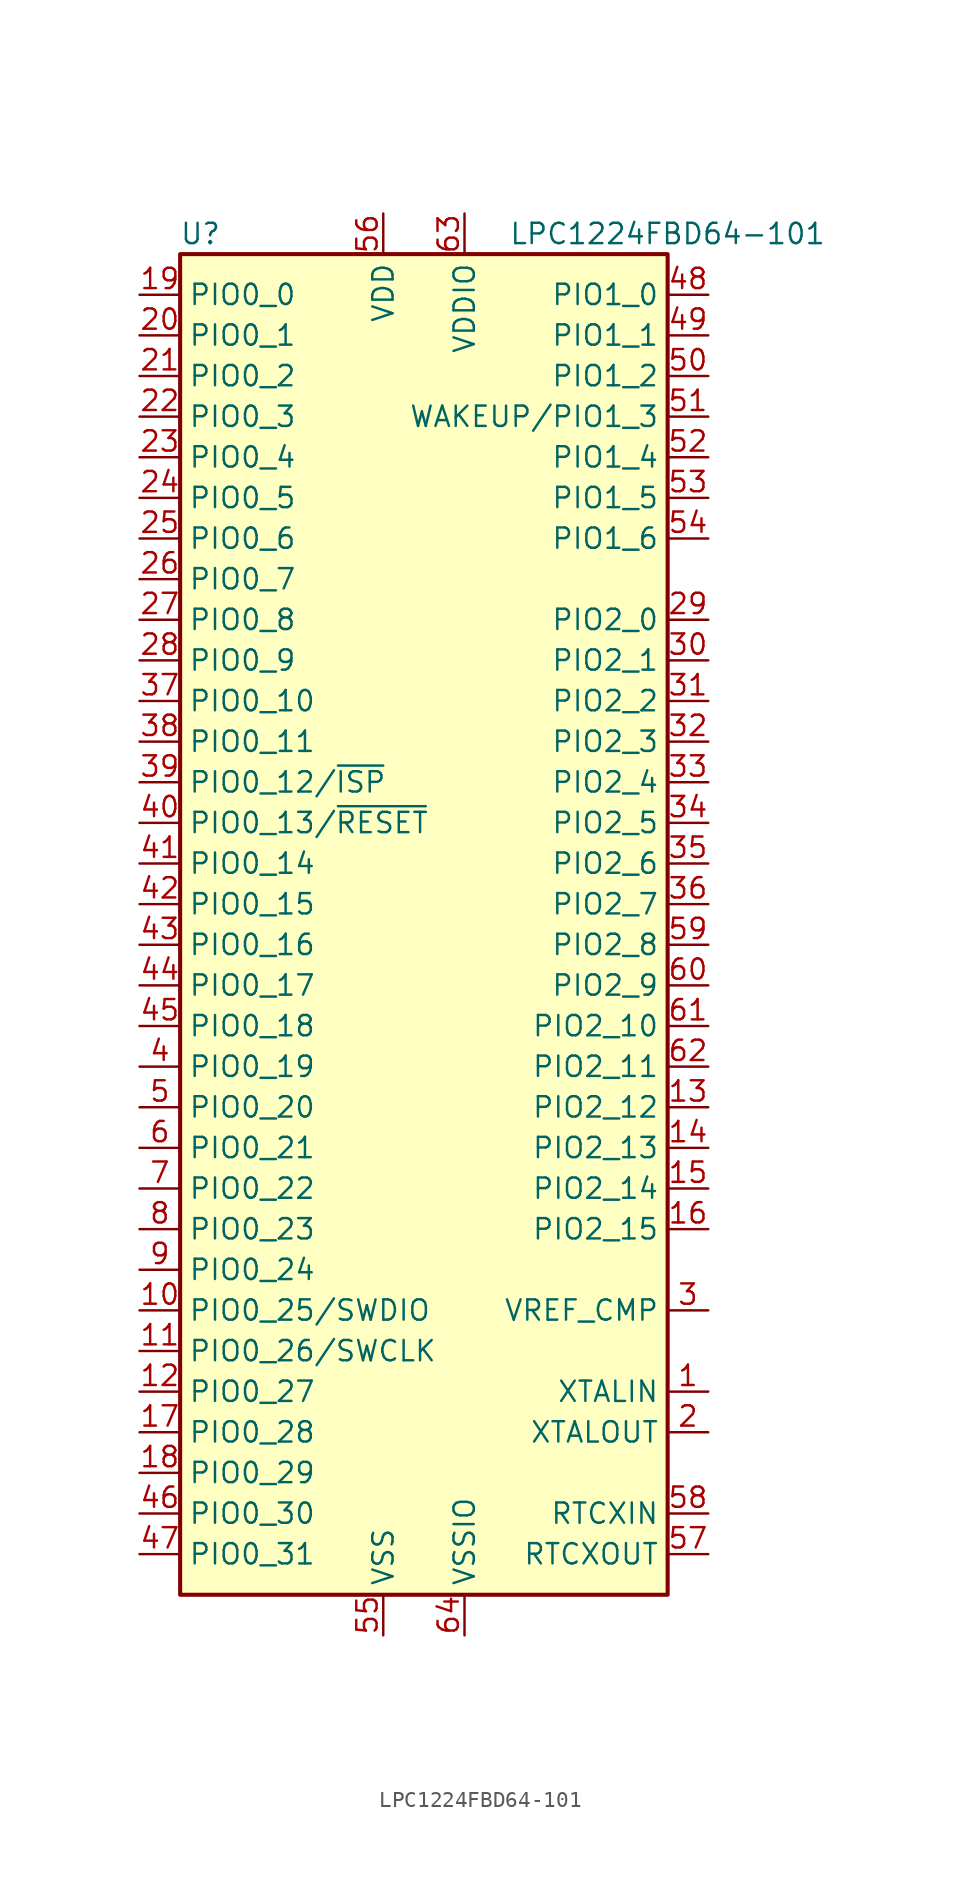
<source format=kicad_sym>
(kicad_symbol_lib
  (version 20201005)
  (generator kicad_symbol_editor)
  (symbol "MCU_NXP_LPC:LPC1224FBD64-101"
    (property "Reference" "U"
      (at -13.97 44.45 0)
      (effects (font (size 1.27 1.27))))
    (property "Value" "LPC1224FBD64-101"
      (at 15.24 44.45 0)
      (effects (font (size 1.27 1.27))))
    (symbol "LPC1224FBD64-101_0_1"
      (rectangle (start -15.24 43.18) (end 15.24 -40.64) (stroke (width 0.254)) (fill (type background))))
    (symbol "LPC1224FBD64-101_1_1"
      (pin input line (at 17.78 -27.94 180) (length 2.54) (name "XTALIN" (effects (font (size 1.27 1.27)))) (number "1" (effects (font (size 1.27 1.27)))))
      (pin bidirectional line (at -17.78 -22.86 0) (length 2.54) (name "PIO0_25/SWDIO" (effects (font (size 1.27 1.27)))) (number "10" (effects (font (size 1.27 1.27)))))
      (pin bidirectional line (at -17.78 -25.4 0) (length 2.54) (name "PIO0_26/SWCLK" (effects (font (size 1.27 1.27)))) (number "11" (effects (font (size 1.27 1.27)))))
      (pin bidirectional line (at -17.78 -27.94 0) (length 2.54) (name "PIO0_27" (effects (font (size 1.27 1.27)))) (number "12" (effects (font (size 1.27 1.27)))))
      (pin bidirectional line (at 17.78 -10.16 180) (length 2.54) (name "PIO2_12" (effects (font (size 1.27 1.27)))) (number "13" (effects (font (size 1.27 1.27)))))
      (pin bidirectional line (at 17.78 -12.7 180) (length 2.54) (name "PIO2_13" (effects (font (size 1.27 1.27)))) (number "14" (effects (font (size 1.27 1.27)))))
      (pin bidirectional line (at 17.78 -15.24 180) (length 2.54) (name "PIO2_14" (effects (font (size 1.27 1.27)))) (number "15" (effects (font (size 1.27 1.27)))))
      (pin bidirectional line (at 17.78 -17.78 180) (length 2.54) (name "PIO2_15" (effects (font (size 1.27 1.27)))) (number "16" (effects (font (size 1.27 1.27)))))
      (pin bidirectional line (at -17.78 -30.48 0) (length 2.54) (name "PIO0_28" (effects (font (size 1.27 1.27)))) (number "17" (effects (font (size 1.27 1.27)))))
      (pin bidirectional line (at -17.78 -33.02 0) (length 2.54) (name "PIO0_29" (effects (font (size 1.27 1.27)))) (number "18" (effects (font (size 1.27 1.27)))))
      (pin bidirectional line (at -17.78 40.64 0) (length 2.54) (name "PIO0_0" (effects (font (size 1.27 1.27)))) (number "19" (effects (font (size 1.27 1.27)))))
      (pin output line (at 17.78 -30.48 180) (length 2.54) (name "XTALOUT" (effects (font (size 1.27 1.27)))) (number "2" (effects (font (size 1.27 1.27)))))
      (pin bidirectional line (at -17.78 38.1 0) (length 2.54) (name "PIO0_1" (effects (font (size 1.27 1.27)))) (number "20" (effects (font (size 1.27 1.27)))))
      (pin bidirectional line (at -17.78 35.56 0) (length 2.54) (name "PIO0_2" (effects (font (size 1.27 1.27)))) (number "21" (effects (font (size 1.27 1.27)))))
      (pin bidirectional line (at -17.78 33.02 0) (length 2.54) (name "PIO0_3" (effects (font (size 1.27 1.27)))) (number "22" (effects (font (size 1.27 1.27)))))
      (pin bidirectional line (at -17.78 30.48 0) (length 2.54) (name "PIO0_4" (effects (font (size 1.27 1.27)))) (number "23" (effects (font (size 1.27 1.27)))))
      (pin bidirectional line (at -17.78 27.94 0) (length 2.54) (name "PIO0_5" (effects (font (size 1.27 1.27)))) (number "24" (effects (font (size 1.27 1.27)))))
      (pin bidirectional line (at -17.78 25.4 0) (length 2.54) (name "PIO0_6" (effects (font (size 1.27 1.27)))) (number "25" (effects (font (size 1.27 1.27)))))
      (pin bidirectional line (at -17.78 22.86 0) (length 2.54) (name "PIO0_7" (effects (font (size 1.27 1.27)))) (number "26" (effects (font (size 1.27 1.27)))))
      (pin bidirectional line (at -17.78 20.32 0) (length 2.54) (name "PIO0_8" (effects (font (size 1.27 1.27)))) (number "27" (effects (font (size 1.27 1.27)))))
      (pin bidirectional line (at -17.78 17.78 0) (length 2.54) (name "PIO0_9" (effects (font (size 1.27 1.27)))) (number "28" (effects (font (size 1.27 1.27)))))
      (pin bidirectional line (at 17.78 20.32 180) (length 2.54) (name "PIO2_0" (effects (font (size 1.27 1.27)))) (number "29" (effects (font (size 1.27 1.27)))))
      (pin input line (at 17.78 -22.86 180) (length 2.54) (name "VREF_CMP" (effects (font (size 1.27 1.27)))) (number "3" (effects (font (size 1.27 1.27)))))
      (pin bidirectional line (at 17.78 17.78 180) (length 2.54) (name "PIO2_1" (effects (font (size 1.27 1.27)))) (number "30" (effects (font (size 1.27 1.27)))))
      (pin bidirectional line (at 17.78 15.24 180) (length 2.54) (name "PIO2_2" (effects (font (size 1.27 1.27)))) (number "31" (effects (font (size 1.27 1.27)))))
      (pin bidirectional line (at 17.78 12.7 180) (length 2.54) (name "PIO2_3" (effects (font (size 1.27 1.27)))) (number "32" (effects (font (size 1.27 1.27)))))
      (pin bidirectional line (at 17.78 10.16 180) (length 2.54) (name "PIO2_4" (effects (font (size 1.27 1.27)))) (number "33" (effects (font (size 1.27 1.27)))))
      (pin bidirectional line (at 17.78 7.62 180) (length 2.54) (name "PIO2_5" (effects (font (size 1.27 1.27)))) (number "34" (effects (font (size 1.27 1.27)))))
      (pin bidirectional line (at 17.78 5.08 180) (length 2.54) (name "PIO2_6" (effects (font (size 1.27 1.27)))) (number "35" (effects (font (size 1.27 1.27)))))
      (pin bidirectional line (at 17.78 2.54 180) (length 2.54) (name "PIO2_7" (effects (font (size 1.27 1.27)))) (number "36" (effects (font (size 1.27 1.27)))))
      (pin bidirectional line (at -17.78 15.24 0) (length 2.54) (name "PIO0_10" (effects (font (size 1.27 1.27)))) (number "37" (effects (font (size 1.27 1.27)))))
      (pin bidirectional line (at -17.78 12.7 0) (length 2.54) (name "PIO0_11" (effects (font (size 1.27 1.27)))) (number "38" (effects (font (size 1.27 1.27)))))
      (pin bidirectional line (at -17.78 10.16 0) (length 2.54) (name "PIO0_12/~ISP" (effects (font (size 1.27 1.27)))) (number "39" (effects (font (size 1.27 1.27)))))
      (pin bidirectional line (at -17.78 -7.62 0) (length 2.54) (name "PIO0_19" (effects (font (size 1.27 1.27)))) (number "4" (effects (font (size 1.27 1.27)))))
      (pin bidirectional line (at -17.78 7.62 0) (length 2.54) (name "PIO0_13/~RESET" (effects (font (size 1.27 1.27)))) (number "40" (effects (font (size 1.27 1.27)))))
      (pin bidirectional line (at -17.78 5.08 0) (length 2.54) (name "PIO0_14" (effects (font (size 1.27 1.27)))) (number "41" (effects (font (size 1.27 1.27)))))
      (pin bidirectional line (at -17.78 2.54 0) (length 2.54) (name "PIO0_15" (effects (font (size 1.27 1.27)))) (number "42" (effects (font (size 1.27 1.27)))))
      (pin bidirectional line (at -17.78 0 0) (length 2.54) (name "PIO0_16" (effects (font (size 1.27 1.27)))) (number "43" (effects (font (size 1.27 1.27)))))
      (pin bidirectional line (at -17.78 -2.54 0) (length 2.54) (name "PIO0_17" (effects (font (size 1.27 1.27)))) (number "44" (effects (font (size 1.27 1.27)))))
      (pin bidirectional line (at -17.78 -5.08 0) (length 2.54) (name "PIO0_18" (effects (font (size 1.27 1.27)))) (number "45" (effects (font (size 1.27 1.27)))))
      (pin bidirectional line (at -17.78 -35.56 0) (length 2.54) (name "PIO0_30" (effects (font (size 1.27 1.27)))) (number "46" (effects (font (size 1.27 1.27)))))
      (pin bidirectional line (at -17.78 -38.1 0) (length 2.54) (name "PIO0_31" (effects (font (size 1.27 1.27)))) (number "47" (effects (font (size 1.27 1.27)))))
      (pin bidirectional line (at 17.78 40.64 180) (length 2.54) (name "PIO1_0" (effects (font (size 1.27 1.27)))) (number "48" (effects (font (size 1.27 1.27)))))
      (pin bidirectional line (at 17.78 38.1 180) (length 2.54) (name "PIO1_1" (effects (font (size 1.27 1.27)))) (number "49" (effects (font (size 1.27 1.27)))))
      (pin bidirectional line (at -17.78 -10.16 0) (length 2.54) (name "PIO0_20" (effects (font (size 1.27 1.27)))) (number "5" (effects (font (size 1.27 1.27)))))
      (pin bidirectional line (at 17.78 35.56 180) (length 2.54) (name "PIO1_2" (effects (font (size 1.27 1.27)))) (number "50" (effects (font (size 1.27 1.27)))))
      (pin bidirectional line (at 17.78 33.02 180) (length 2.54) (name "WAKEUP/PIO1_3" (effects (font (size 1.27 1.27)))) (number "51" (effects (font (size 1.27 1.27)))))
      (pin bidirectional line (at 17.78 30.48 180) (length 2.54) (name "PIO1_4" (effects (font (size 1.27 1.27)))) (number "52" (effects (font (size 1.27 1.27)))))
      (pin bidirectional line (at 17.78 27.94 180) (length 2.54) (name "PIO1_5" (effects (font (size 1.27 1.27)))) (number "53" (effects (font (size 1.27 1.27)))))
      (pin bidirectional line (at 17.78 25.4 180) (length 2.54) (name "PIO1_6" (effects (font (size 1.27 1.27)))) (number "54" (effects (font (size 1.27 1.27)))))
      (pin power_in line (at -2.54 -43.18 90) (length 2.54) (name "VSS" (effects (font (size 1.27 1.27)))) (number "55" (effects (font (size 1.27 1.27)))))
      (pin power_in line (at -2.54 45.72 270) (length 2.54) (name "VDD" (effects (font (size 1.27 1.27)))) (number "56" (effects (font (size 1.27 1.27)))))
      (pin output line (at 17.78 -38.1 180) (length 2.54) (name "RTCXOUT" (effects (font (size 1.27 1.27)))) (number "57" (effects (font (size 1.27 1.27)))))
      (pin input line (at 17.78 -35.56 180) (length 2.54) (name "RTCXIN" (effects (font (size 1.27 1.27)))) (number "58" (effects (font (size 1.27 1.27)))))
      (pin bidirectional line (at 17.78 0 180) (length 2.54) (name "PIO2_8" (effects (font (size 1.27 1.27)))) (number "59" (effects (font (size 1.27 1.27)))))
      (pin bidirectional line (at -17.78 -12.7 0) (length 2.54) (name "PIO0_21" (effects (font (size 1.27 1.27)))) (number "6" (effects (font (size 1.27 1.27)))))
      (pin bidirectional line (at 17.78 -2.54 180) (length 2.54) (name "PIO2_9" (effects (font (size 1.27 1.27)))) (number "60" (effects (font (size 1.27 1.27)))))
      (pin bidirectional line (at 17.78 -5.08 180) (length 2.54) (name "PIO2_10" (effects (font (size 1.27 1.27)))) (number "61" (effects (font (size 1.27 1.27)))))
      (pin bidirectional line (at 17.78 -7.62 180) (length 2.54) (name "PIO2_11" (effects (font (size 1.27 1.27)))) (number "62" (effects (font (size 1.27 1.27)))))
      (pin power_in line (at 2.54 45.72 270) (length 2.54) (name "VDDIO" (effects (font (size 1.27 1.27)))) (number "63" (effects (font (size 1.27 1.27)))))
      (pin power_in line (at 2.54 -43.18 90) (length 2.54) (name "VSSIO" (effects (font (size 1.27 1.27)))) (number "64" (effects (font (size 1.27 1.27)))))
      (pin bidirectional line (at -17.78 -15.24 0) (length 2.54) (name "PIO0_22" (effects (font (size 1.27 1.27)))) (number "7" (effects (font (size 1.27 1.27)))))
      (pin bidirectional line (at -17.78 -17.78 0) (length 2.54) (name "PIO0_23" (effects (font (size 1.27 1.27)))) (number "8" (effects (font (size 1.27 1.27)))))
      (pin bidirectional line (at -17.78 -20.32 0) (length 2.54) (name "PIO0_24" (effects (font (size 1.27 1.27)))) (number "9" (effects (font (size 1.27 1.27))))))))
</source>
